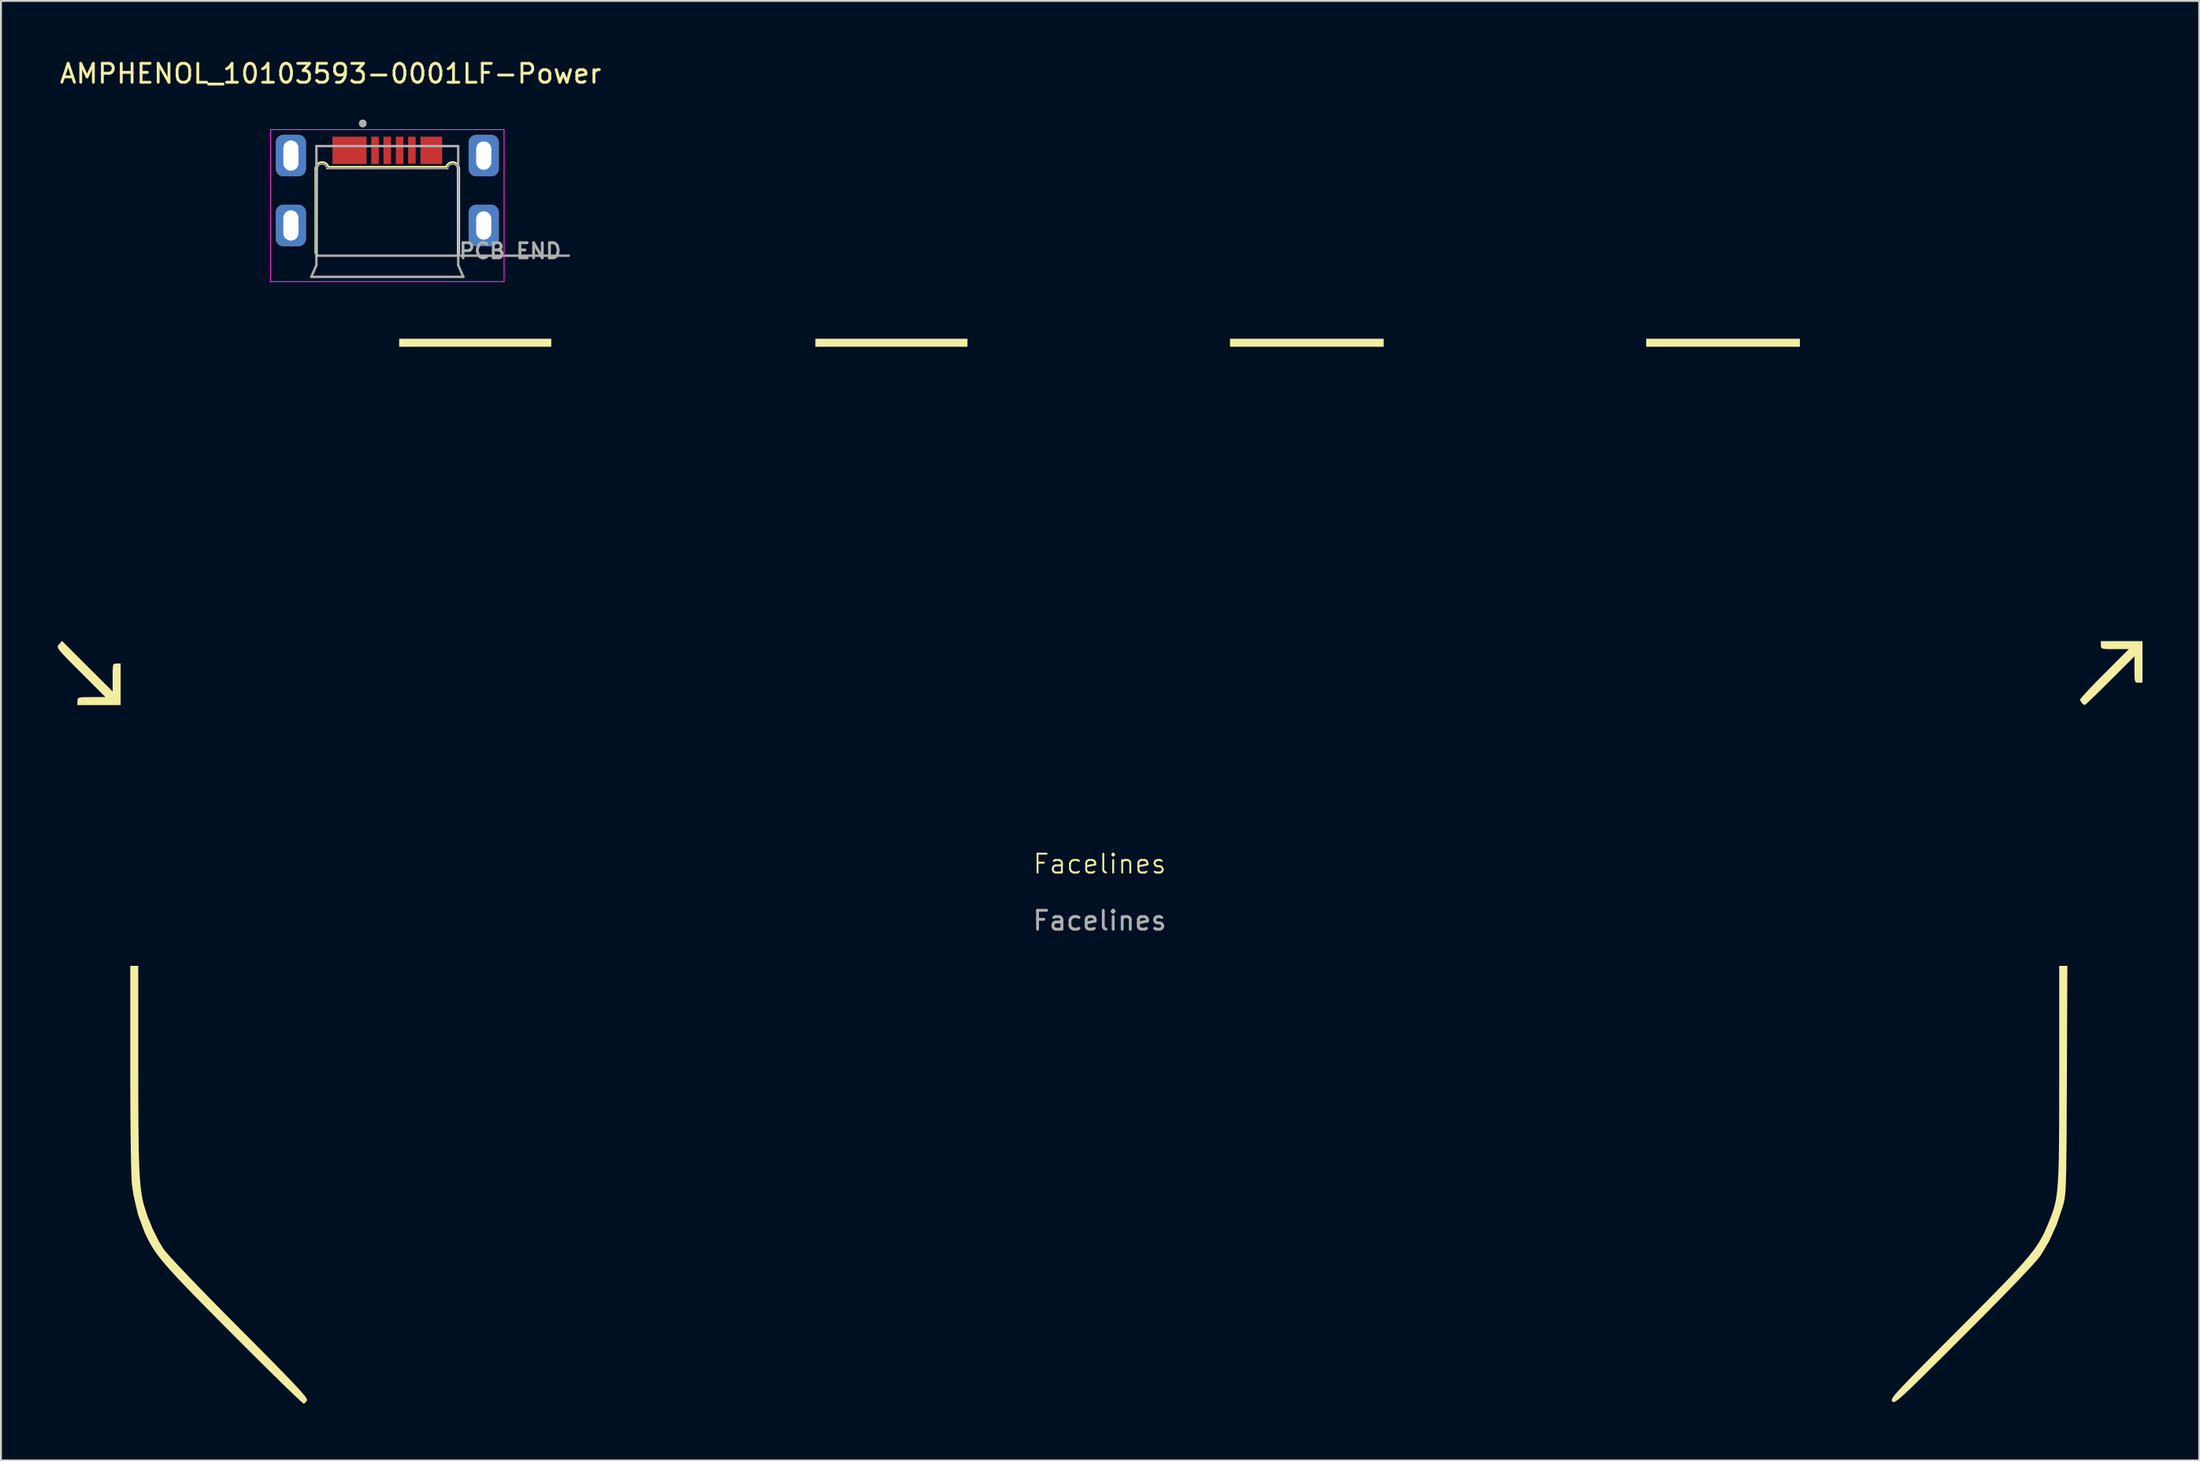
<source format=kicad_pcb>
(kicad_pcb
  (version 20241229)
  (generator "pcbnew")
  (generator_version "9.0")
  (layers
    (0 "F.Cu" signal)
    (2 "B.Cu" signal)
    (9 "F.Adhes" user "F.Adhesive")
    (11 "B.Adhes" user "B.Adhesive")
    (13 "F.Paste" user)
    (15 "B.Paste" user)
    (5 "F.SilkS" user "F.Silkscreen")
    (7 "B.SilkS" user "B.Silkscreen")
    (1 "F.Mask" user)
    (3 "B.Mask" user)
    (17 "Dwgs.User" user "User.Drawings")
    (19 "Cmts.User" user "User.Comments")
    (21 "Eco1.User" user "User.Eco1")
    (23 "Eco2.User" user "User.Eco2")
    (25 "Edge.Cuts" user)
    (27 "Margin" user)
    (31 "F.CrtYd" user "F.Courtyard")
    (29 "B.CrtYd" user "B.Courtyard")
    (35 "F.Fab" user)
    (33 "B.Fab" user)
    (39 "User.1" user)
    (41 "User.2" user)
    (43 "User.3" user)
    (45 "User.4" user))
  (footprint "Facelines"
    (layer "F.Cu")
    (at 55.112 43.172)
    (property "Reference" "Facelines" (at 0 -0.5 0) (unlocked yes) (layer "F.SilkS") (effects (font (size 1 1) (thickness 0.1))))
    (attr smd)
    (fp_poly (pts (xy -29.006 -28.082) (xy -29.006 -27.871) (xy -33.028 -27.871) (xy -37.049 -27.871) (xy -37.049 -28.082) (xy -37.049 -28.294) (xy -33.028 -28.294) (xy -29.006 -28.294)) (stroke (width 0) (type solid)) (fill yes) (layer "F.SilkS"))
    (fp_poly (pts (xy -6.993 -28.082) (xy -6.993 -27.871) (xy -11.014 -27.871) (xy -15.036 -27.871) (xy -15.036 -28.082) (xy -15.036 -28.294) (xy -11.014 -28.294) (xy -6.993 -28.294)) (stroke (width 0) (type solid)) (fill yes) (layer "F.SilkS"))
    (fp_poly (pts (xy 15.021 -28.082) (xy 15.021 -27.871) (xy 10.957 -27.871) (xy 6.893 -27.871) (xy 6.893 -28.082) (xy 6.893 -28.294) (xy 10.957 -28.294) (xy 15.021 -28.294)) (stroke (width 0) (type solid)) (fill yes) (layer "F.SilkS"))
    (fp_poly (pts (xy 37.034 -28.082) (xy 37.034 -27.871) (xy 32.97 -27.871) (xy 28.906 -27.871) (xy 28.906 -28.082) (xy 28.906 -28.294) (xy 32.97 -28.294) (xy 37.034 -28.294)) (stroke (width 0) (type solid)) (fill yes) (layer "F.SilkS"))
    (fp_poly (pts (xy -53.543 -10.963) (xy -52.205 -9.627) (xy -52.205 -10.367) (xy -52.203 -10.721) (xy -52.191 -10.939) (xy -52.16 -11.054) (xy -52.1 -11.099) (xy -52.002 -11.107) (xy -51.993 -11.107) (xy -51.781 -11.107) (xy -51.781 -10.006) (xy -51.781 -8.905) (xy -52.924 -8.905) (xy -54.067 -8.905) (xy -54.067 -9.117) (xy -54.061 -9.218) (xy -54.02 -9.281) (xy -53.911 -9.314) (xy -53.701 -9.326) (xy -53.358 -9.329) (xy -53.328 -9.329) (xy -52.588 -9.329) (xy -53.894 -10.637) (xy -54.321 -11.065) (xy -54.641 -11.39) (xy -54.867 -11.629) (xy -55.012 -11.798) (xy -55.089 -11.915) (xy -55.112 -11.996) (xy -55.093 -12.059) (xy -55.045 -12.119) (xy -55.041 -12.123) (xy -54.881 -12.299)) (stroke (width 0) (type solid)) (fill yes) (layer "F.SilkS"))
    (fp_poly (pts (xy 55.153 -11.191) (xy 55.153 -10.091) (xy 54.941 -10.091) (xy 54.837 -10.098) (xy 54.775 -10.141) (xy 54.743 -10.255) (xy 54.731 -10.474) (xy 54.729 -10.788) (xy 54.729 -11.486) (xy 53.437 -10.195) (xy 53.056 -9.816) (xy 52.714 -9.481) (xy 52.432 -9.208) (xy 52.225 -9.013) (xy 52.114 -8.914) (xy 52.099 -8.905) (xy 52.008 -8.957) (xy 51.952 -9.007) (xy 51.863 -9.143) (xy 51.851 -9.196) (xy 51.908 -9.28) (xy 52.069 -9.463) (xy 52.315 -9.729) (xy 52.629 -10.057) (xy 52.994 -10.429) (xy 53.141 -10.577) (xy 54.431 -11.869) (xy 53.691 -11.869) (xy 53.337 -11.87) (xy 53.119 -11.882) (xy 53.004 -11.913) (xy 52.959 -11.973) (xy 52.951 -12.072) (xy 52.951 -12.08) (xy 52.951 -12.292) (xy 54.052 -12.292) (xy 55.153 -12.292)) (stroke (width 0) (type solid)) (fill yes) (layer "F.SilkS"))
    (fp_poly (pts (xy -50.849 10.251) (xy -50.848 11.459) (xy -50.845 12.511) (xy -50.839 13.421) (xy -50.83 14.203) (xy -50.817 14.871) (xy -50.799 15.437) (xy -50.777 15.916) (xy -50.749 16.32) (xy -50.715 16.665) (xy -50.674 16.963) (xy -50.626 17.228) (xy -50.571 17.474) (xy -50.551 17.553) (xy -50.353 18.171) (xy -50.078 18.836) (xy -49.761 19.47) (xy -49.541 19.839) (xy -49.406 20.014) (xy -49.155 20.301) (xy -48.795 20.692) (xy -48.333 21.182) (xy -47.775 21.763) (xy -47.127 22.429) (xy -46.395 23.174) (xy -45.585 23.99) (xy -45.524 24.052) (xy -44.754 24.826) (xy -44.097 25.49) (xy -43.544 26.051) (xy -43.088 26.518) (xy -42.72 26.901) (xy -42.432 27.207) (xy -42.217 27.446) (xy -42.066 27.625) (xy -41.972 27.753) (xy -41.926 27.839) (xy -41.921 27.891) (xy -41.925 27.9) (xy -42.037 28.031) (xy -42.095 28.068) (xy -42.167 28.015) (xy -42.348 27.851) (xy -42.627 27.587) (xy -42.994 27.234) (xy -43.438 26.801) (xy -43.948 26.299) (xy -44.515 25.738) (xy -45.127 25.128) (xy -45.775 24.48) (xy -45.821 24.433) (xy -46.632 23.617) (xy -47.332 22.91) (xy -47.931 22.298) (xy -48.439 21.772) (xy -48.865 21.32) (xy -49.219 20.93) (xy -49.512 20.591) (xy -49.752 20.293) (xy -49.95 20.023) (xy -50.115 19.77) (xy -50.258 19.524) (xy -50.386 19.272) (xy -50.512 19.004) (xy -50.513 19.001) (xy -50.863 18.058) (xy -51.106 17.014) (xy -51.186 16.452) (xy -51.202 16.222) (xy -51.217 15.837) (xy -51.231 15.313) (xy -51.243 14.665) (xy -51.254 13.909) (xy -51.262 13.059) (xy -51.268 12.13) (xy -51.272 11.139) (xy -51.273 10.293) (xy -51.273 4.895) (xy -51.062 4.895) (xy -50.85 4.895)) (stroke (width 0) (type solid)) (fill yes) (layer "F.SilkS"))
    (fp_poly (pts (xy 51.154 10.928) (xy 51.148 12.084) (xy 51.144 13.084) (xy 51.139 13.941) (xy 51.133 14.667) (xy 51.126 15.275) (xy 51.118 15.778) (xy 51.108 16.19) (xy 51.096 16.522) (xy 51.081 16.788) (xy 51.064 17.001) (xy 51.042 17.174) (xy 51.017 17.319) (xy 50.988 17.449) (xy 50.953 17.578) (xy 50.939 17.63) (xy 50.619 18.577) (xy 50.217 19.464) (xy 49.795 20.182) (xy 49.626 20.399) (xy 49.338 20.73) (xy 48.928 21.174) (xy 48.397 21.732) (xy 47.744 22.405) (xy 46.969 23.193) (xy 46.071 24.096) (xy 45.734 24.433) (xy 44.979 25.187) (xy 44.335 25.829) (xy 43.792 26.368) (xy 43.341 26.812) (xy 42.973 27.171) (xy 42.679 27.451) (xy 42.45 27.662) (xy 42.276 27.812) (xy 42.148 27.91) (xy 42.057 27.963) (xy 41.994 27.981) (xy 41.95 27.972) (xy 41.921 27.95) (xy 41.896 27.915) (xy 41.891 27.868) (xy 41.914 27.801) (xy 41.974 27.705) (xy 42.079 27.57) (xy 42.239 27.387) (xy 42.461 27.147) (xy 42.753 26.841) (xy 43.125 26.459) (xy 43.585 25.992) (xy 44.141 25.431) (xy 44.801 24.767) (xy 45.407 24.16) (xy 46.221 23.341) (xy 46.925 22.63) (xy 47.528 22.016) (xy 48.039 21.486) (xy 48.469 21.029) (xy 48.826 20.634) (xy 49.121 20.29) (xy 49.363 19.985) (xy 49.562 19.707) (xy 49.727 19.446) (xy 49.869 19.189) (xy 49.997 18.926) (xy 50.12 18.644) (xy 50.159 18.553) (xy 50.268 18.287) (xy 50.362 18.042) (xy 50.444 17.803) (xy 50.513 17.557) (xy 50.571 17.29) (xy 50.618 16.988) (xy 50.656 16.639) (xy 50.686 16.227) (xy 50.709 15.74) (xy 50.725 15.164) (xy 50.736 14.486) (xy 50.743 13.691) (xy 50.747 12.765) (xy 50.748 11.696) (xy 50.749 10.632) (xy 50.75 4.895) (xy 50.965 4.895) (xy 51.18 4.895)) (stroke (width 0) (type solid)) (fill yes) (layer "F.SilkS"))
    (fp_text user "${REFERENCE}" (at 0 2.5 0) (unlocked yes) (layer "F.Fab") (effects (font (size 1 1) (thickness 0.15)))))
  (footprint "AMPHENOL_10103593-0001LF-Power"
    (layer "F.Cu")
    (at 17.435 8.883)
    (property "Reference" "AMPHENOL_10103593-0001LF-Power" (at -3 -8.035 0) (layer "F.SilkS") (effects (font (size 1 1) (thickness 0.15))))
    (attr smd)
    (fp_line (start -3.8 1.473) (end -3.8 -3) (stroke (width 0.1) (type default)) (layer "F.SilkS"))
    (fp_line (start -3.1 -3.1) (end 3.1 -3.1) (stroke (width 0.1) (type default)) (layer "F.SilkS"))
    (fp_line (start 3.8 1.473) (end 3.8 -3) (stroke (width 0.1) (type default)) (layer "F.SilkS"))
    (fp_arc (start -3.8 -3) (mid -3.498545 -3.346617) (end -3.113467 -3.096152) (stroke (width 0.1) (type default)) (layer "F.SilkS"))
    (fp_arc (start 3.113467 -3.096152) (mid 3.498545 -3.346617) (end 3.8 -3) (stroke (width 0.1) (type default)) (layer "F.SilkS"))
    (fp_circle (center -1.3 -5.4) (end -1.2 -5.4) (stroke (width 0.2) (type solid)) (fill no) (layer "F.SilkS"))
    (fp_line (start -3.708 1.6) (end -3.7 -3) (stroke (width 0.05) (type solid)) (layer "Edge.Cuts"))
    (fp_line (start -3.2 -3) (end 3.2 -3) (stroke (width 0.05) (type solid)) (layer "Edge.Cuts"))
    (fp_line (start 3.7 -3) (end 3.708 1.6) (stroke (width 0.05) (type solid)) (layer "Edge.Cuts"))
    (fp_arc (start -3.7 -3) (mid -3.45 -3.25) (end -3.2 -3) (stroke (width 0.05) (type default)) (layer "Edge.Cuts"))
    (fp_arc (start 3.2 -3) (mid 3.45 -3.25) (end 3.7 -3) (stroke (width 0.05) (type default)) (layer "Edge.Cuts"))
    (fp_line (start -6.175 -5.075) (end 6.175 -5.075) (stroke (width 0.05) (type solid)) (layer "F.CrtYd"))
    (fp_line (start -6.175 2.97) (end -6.175 -5.075) (stroke (width 0.05) (type solid)) (layer "F.CrtYd"))
    (fp_line (start 6.175 -5.075) (end 6.175 2.97) (stroke (width 0.05) (type solid)) (layer "F.CrtYd"))
    (fp_line (start 6.175 2.97) (end -6.175 2.97) (stroke (width 0.05) (type solid)) (layer "F.CrtYd"))
    (fp_line (start -4.02 2.72) (end 4.02 2.72) (stroke (width 0.127) (type solid)) (layer "F.Fab"))
    (fp_line (start -3.75 -4.2) (end 3.75 -4.2) (stroke (width 0.127) (type solid)) (layer "F.Fab"))
    (fp_line (start -3.75 1.6) (end -3.75 -4.2) (stroke (width 0.127) (type solid)) (layer "F.Fab"))
    (fp_line (start -3.75 1.6) (end 9.6 1.6) (stroke (width 0.127) (type solid)) (layer "F.Fab"))
    (fp_line (start -3.75 2.1) (end -4.02 2.72) (stroke (width 0.127) (type solid)) (layer "F.Fab"))
    (fp_line (start -3.75 2.1) (end -3.75 1.6) (stroke (width 0.127) (type solid)) (layer "F.Fab"))
    (fp_line (start 3.75 -4.2) (end 3.75 2.1) (stroke (width 0.127) (type solid)) (layer "F.Fab"))
    (fp_line (start 4.02 2.72) (end 3.75 2.1) (stroke (width 0.127) (type solid)) (layer "F.Fab"))
    (fp_circle (center -1.3 -5.4) (end -1.2 -5.4) (stroke (width 0.2) (type solid)) (fill no) (layer "F.Fab"))
    (fp_text user "PCB END" (at 6.5 1.35 0) (layer "F.Fab") (effects (font (size 0.8 0.8) (thickness 0.15))))
    (pad "" thru_hole roundrect (at -5.1 -3.7) (size 1.6 2.2) (drill oval 0.8 1.6) (layers "*.Cu") (roundrect_rratio 0.25))
    (pad "" thru_hole roundrect (at -5.1 0) (size 1.6 2.2) (drill oval 0.8 1.6) (layers "*.Cu") (roundrect_rratio 0.25))
    (pad "" thru_hole roundrect (at 5.1 -3.7) (size 1.6 2.2) (drill oval 0.8 1.5) (layers "*.Cu") (roundrect_rratio 0.25))
    (pad "" thru_hole roundrect (at 5.1 0) (size 1.6 2.2) (drill oval 0.8 1.5) (layers "*.Cu") (roundrect_rratio 0.25))
    (pad "1" smd rect (at -2 -3.976) (size 1.8 1.449) (layers "F.Cu" "F.Mask" "F.Paste"))
    (pad "2" smd rect (at -0.65 -3.976) (size 0.4 1.449) (layers "F.Cu" "F.Mask" "F.Paste"))
    (pad "3" smd rect (at -0.002 -3.976) (size 0.403 1.449) (layers "F.Cu" "F.Mask" "F.Paste"))
    (pad "4" smd rect (at 0.65 -3.976) (size 0.4 1.449) (layers "F.Cu" "F.Mask" "F.Paste"))
    (pad "5" smd rect (at 1.3 -3.988) (size 0.4 1.423) (layers "F.Cu" "F.Mask" "F.Paste"))
    (pad "6" smd rect (at 2.326 -3.976) (size 1.147 1.449) (layers "F.Cu" "F.Mask" "F.Paste")))
  (gr_rect
    (start -3 -3)
    (end 113.265 74.241)
    (stroke (width 0.1) (type default))
    (fill no)
    (layer "Edge.Cuts")))
</source>
